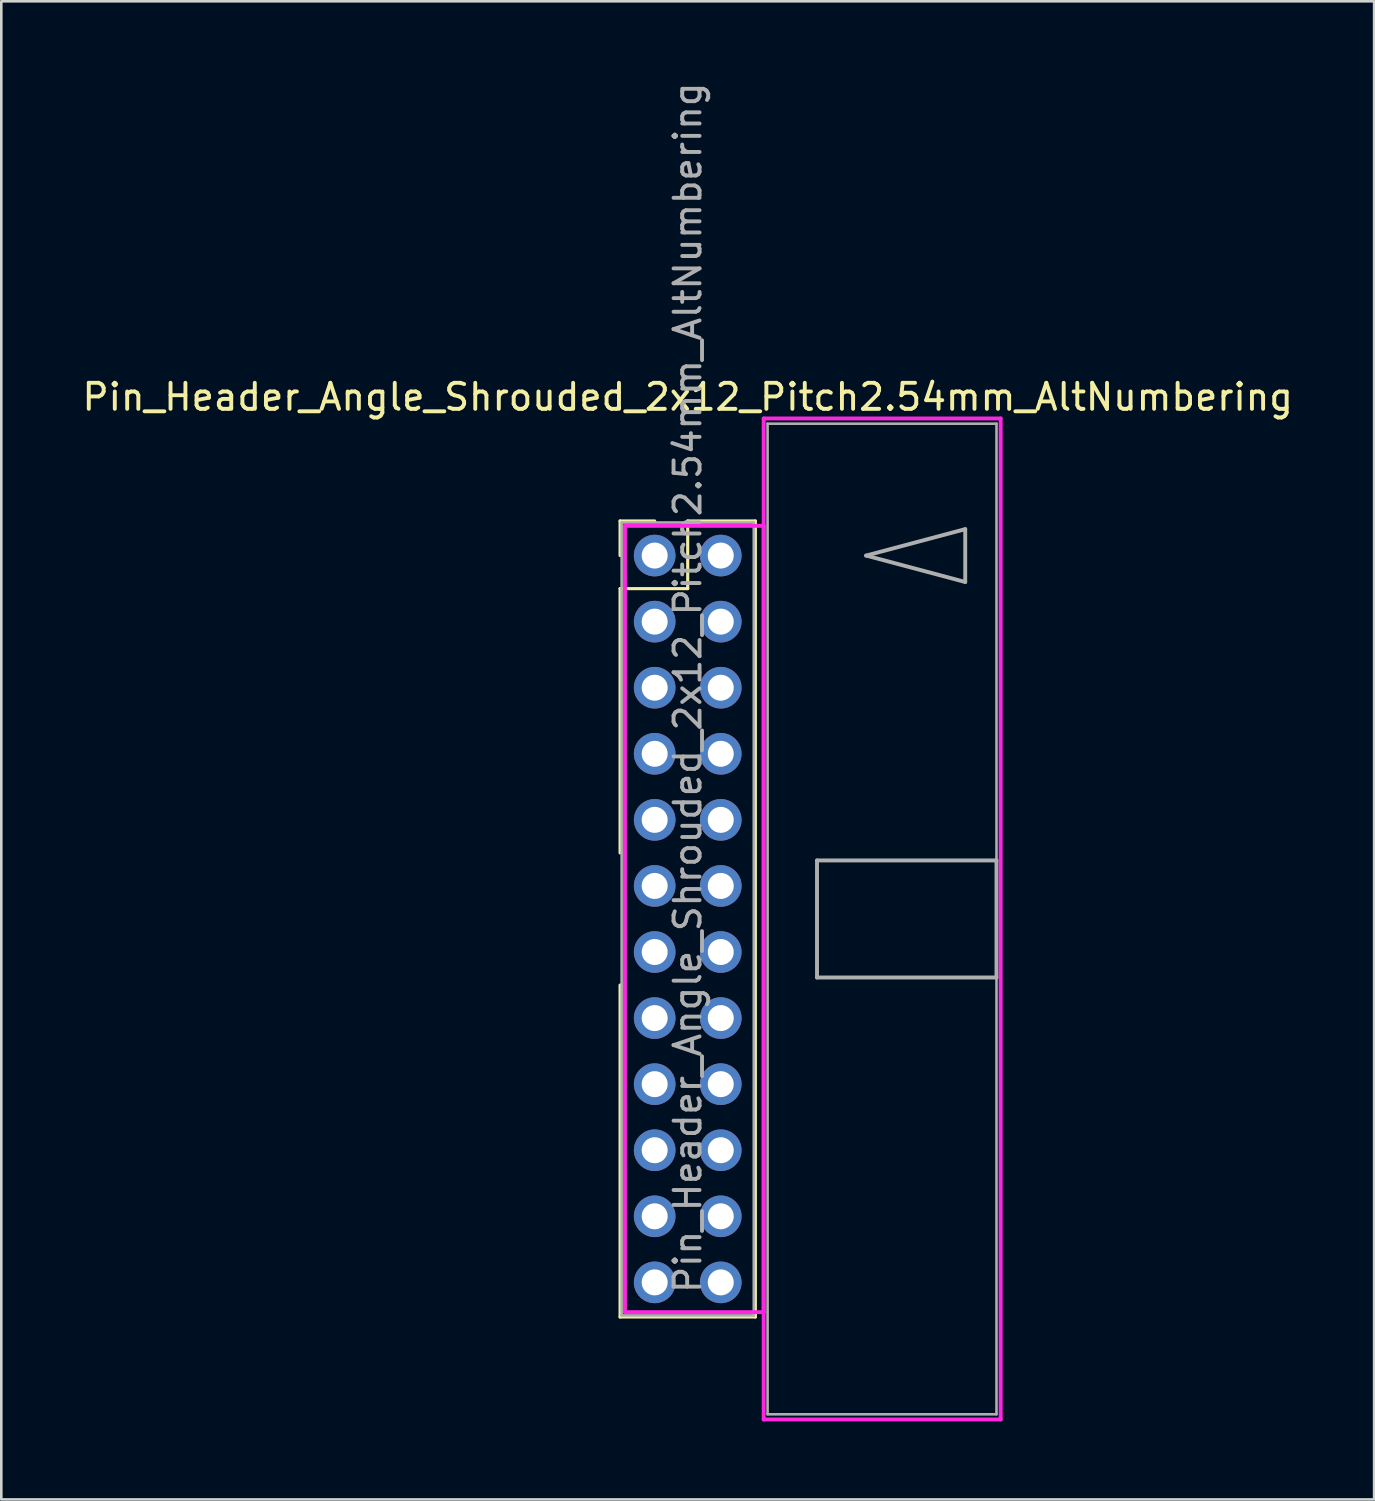
<source format=kicad_pcb>
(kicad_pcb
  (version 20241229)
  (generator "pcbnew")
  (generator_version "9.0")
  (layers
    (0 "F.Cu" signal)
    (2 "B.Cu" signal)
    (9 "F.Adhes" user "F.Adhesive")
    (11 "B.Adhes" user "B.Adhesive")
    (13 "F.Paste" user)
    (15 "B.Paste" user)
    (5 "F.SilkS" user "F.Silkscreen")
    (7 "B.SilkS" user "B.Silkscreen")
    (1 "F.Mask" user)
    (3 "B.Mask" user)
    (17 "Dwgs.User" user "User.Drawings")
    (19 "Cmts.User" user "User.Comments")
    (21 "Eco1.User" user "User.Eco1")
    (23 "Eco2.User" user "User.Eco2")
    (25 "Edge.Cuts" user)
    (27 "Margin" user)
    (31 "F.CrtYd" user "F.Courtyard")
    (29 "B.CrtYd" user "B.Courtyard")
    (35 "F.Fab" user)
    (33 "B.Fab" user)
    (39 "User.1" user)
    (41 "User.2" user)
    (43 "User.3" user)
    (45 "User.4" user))
  (footprint "Pin_Header_Angle_Shrouded_2x12_Pitch2.54mm_AltNumbering"
    (layer "F.Cu")
    (at 22.117 18.307)
    (property "Reference" "Pin_Header_Angle_Shrouded_2x12_Pitch2.54mm_AltNumbering" (at 1.27 -6.096 0) (layer "F.SilkS") (effects (font (size 1 1) (thickness 0.15))))
    (attr through_hole)
    (fp_line (start -1.33 -1.33) (end 0 -1.33) (stroke (width 0.12) (type solid)) (layer "F.SilkS"))
    (fp_line (start -1.33 0) (end -1.33 -1.33) (stroke (width 0.12) (type solid)) (layer "F.SilkS"))
    (fp_line (start -1.33 1.27) (end -1.33 11.43) (stroke (width 0.12) (type solid)) (layer "F.SilkS"))
    (fp_line (start -1.33 1.27) (end 1.27 1.27) (stroke (width 0.12) (type solid)) (layer "F.SilkS"))
    (fp_line (start -1.33 16.51) (end -1.33 29.27) (stroke (width 0.12) (type solid)) (layer "F.SilkS"))
    (fp_line (start -1.33 29.27) (end 3.87 29.27) (stroke (width 0.12) (type solid)) (layer "F.SilkS"))
    (fp_line (start 1.27 -1.33) (end 3.87 -1.33) (stroke (width 0.12) (type solid)) (layer "F.SilkS"))
    (fp_line (start 1.27 1.27) (end 1.27 -1.33) (stroke (width 0.12) (type solid)) (layer "F.SilkS"))
    (fp_line (start 3.87 -1.33) (end 3.87 29.27) (stroke (width 0.12) (type solid)) (layer "F.SilkS"))
    (fp_line (start -1.143 -1.143) (end -1.143 29.083) (stroke (width 0.15) (type solid)) (layer "F.CrtYd"))
    (fp_line (start -1.143 29.083) (end 4.19 29.083) (stroke (width 0.15) (type solid)) (layer "F.CrtYd"))
    (fp_line (start 4.19 -5.27) (end 4.19 33.21) (stroke (width 0.15) (type solid)) (layer "F.CrtYd"))
    (fp_line (start 4.19 -1.143) (end -1.143 -1.143) (stroke (width 0.15) (type solid)) (layer "F.CrtYd"))
    (fp_line (start 4.19 29.083) (end 4.19 -1.143) (stroke (width 0.15) (type solid)) (layer "F.CrtYd"))
    (fp_line (start 4.19 33.21) (end 13.3 33.21) (stroke (width 0.15) (type solid)) (layer "F.CrtYd"))
    (fp_line (start 13.3 -5.27) (end 4.19 -5.27) (stroke (width 0.15) (type solid)) (layer "F.CrtYd"))
    (fp_line (start 13.3 33.21) (end 13.3 -5.27) (stroke (width 0.15) (type solid)) (layer "F.CrtYd"))
    (fp_line (start -1.27 -1.27) (end -1.27 29.21) (stroke (width 0.1) (type solid)) (layer "F.Fab"))
    (fp_line (start -1.27 29.21) (end 3.81 29.21) (stroke (width 0.1) (type solid)) (layer "F.Fab"))
    (fp_line (start 3.81 -1.27) (end -1.27 -1.27) (stroke (width 0.1) (type solid)) (layer "F.Fab"))
    (fp_line (start 3.81 29.21) (end 3.81 -1.27) (stroke (width 0.1) (type solid)) (layer "F.Fab"))
    (fp_line (start 4.34 -5.07) (end 4.34 33.01) (stroke (width 0.1) (type solid)) (layer "F.Fab"))
    (fp_line (start 4.34 33.01) (end 13.14 33.01) (stroke (width 0.1) (type solid)) (layer "F.Fab"))
    (fp_line (start 6.24 11.72) (end 6.24 16.22) (stroke (width 0.15) (type solid)) (layer "F.Fab"))
    (fp_line (start 6.24 16.22) (end 13.14 16.22) (stroke (width 0.15) (type solid)) (layer "F.Fab"))
    (fp_line (start 8.128 0) (end 11.938 -1.016) (stroke (width 0.15) (type solid)) (layer "F.Fab"))
    (fp_line (start 11.938 -1.016) (end 11.938 1.016) (stroke (width 0.15) (type solid)) (layer "F.Fab"))
    (fp_line (start 11.938 1.016) (end 8.128 0) (stroke (width 0.15) (type solid)) (layer "F.Fab"))
    (fp_line (start 13.14 -5.07) (end 4.34 -5.07) (stroke (width 0.1) (type solid)) (layer "F.Fab"))
    (fp_line (start 13.14 11.72) (end 6.24 11.72) (stroke (width 0.15) (type solid)) (layer "F.Fab"))
    (fp_line (start 13.14 16.22) (end 13.14 11.72) (stroke (width 0.15) (type solid)) (layer "F.Fab"))
    (fp_line (start 13.14 33.01) (end 13.14 -5.07) (stroke (width 0.1) (type solid)) (layer "F.Fab"))
    (fp_text user "${REFERENCE}" (at 1.27 5.08 90) (layer "F.Fab") (effects (font (size 1 1) (thickness 0.15))))
    (pad "1" thru_hole oval (at 0 0) (size 1.6 1.6) (drill 1) (layers "*.Cu" "*.Mask"))
    (pad "2" thru_hole oval (at 0 2.54) (size 1.6 1.6) (drill 1) (layers "*.Cu" "*.Mask"))
    (pad "3" thru_hole oval (at 0 5.08) (size 1.6 1.6) (drill 1) (layers "*.Cu" "*.Mask"))
    (pad "4" thru_hole oval (at 0 7.62) (size 1.6 1.6) (drill 1) (layers "*.Cu" "*.Mask"))
    (pad "5" thru_hole oval (at 0 10.16) (size 1.6 1.6) (drill 1) (layers "*.Cu" "*.Mask"))
    (pad "6" thru_hole oval (at 0 12.7) (size 1.6 1.6) (drill 1) (layers "*.Cu" "*.Mask"))
    (pad "7" thru_hole oval (at 0 15.24) (size 1.6 1.6) (drill 1) (layers "*.Cu" "*.Mask"))
    (pad "8" thru_hole oval (at 0 17.78) (size 1.6 1.6) (drill 1) (layers "*.Cu" "*.Mask"))
    (pad "9" thru_hole oval (at 0 20.32) (size 1.6 1.6) (drill 1) (layers "*.Cu" "*.Mask"))
    (pad "10" thru_hole oval (at 0 22.86) (size 1.6 1.6) (drill 1) (layers "*.Cu" "*.Mask"))
    (pad "11" thru_hole oval (at 0 25.4) (size 1.6 1.6) (drill 1) (layers "*.Cu" "*.Mask"))
    (pad "12" thru_hole oval (at 0 27.94) (size 1.6 1.6) (drill 1) (layers "*.Cu" "*.Mask"))
    (pad "13" thru_hole oval (at 2.54 0) (size 1.6 1.6) (drill 1) (layers "*.Cu" "*.Mask"))
    (pad "14" thru_hole oval (at 2.54 2.54) (size 1.6 1.6) (drill 1) (layers "*.Cu" "*.Mask"))
    (pad "15" thru_hole oval (at 2.54 5.08) (size 1.6 1.6) (drill 1) (layers "*.Cu" "*.Mask"))
    (pad "16" thru_hole oval (at 2.54 7.62) (size 1.6 1.6) (drill 1) (layers "*.Cu" "*.Mask"))
    (pad "17" thru_hole oval (at 2.54 10.16) (size 1.6 1.6) (drill 1) (layers "*.Cu" "*.Mask"))
    (pad "18" thru_hole oval (at 2.54 12.7) (size 1.6 1.6) (drill 1) (layers "*.Cu" "*.Mask"))
    (pad "19" thru_hole oval (at 2.54 15.24) (size 1.6 1.6) (drill 1) (layers "*.Cu" "*.Mask"))
    (pad "20" thru_hole oval (at 2.54 17.78) (size 1.6 1.6) (drill 1) (layers "*.Cu" "*.Mask"))
    (pad "21" thru_hole oval (at 2.54 20.32) (size 1.6 1.6) (drill 1) (layers "*.Cu" "*.Mask"))
    (pad "22" thru_hole oval (at 2.54 22.86) (size 1.6 1.6) (drill 1) (layers "*.Cu" "*.Mask"))
    (pad "23" thru_hole oval (at 2.54 25.4) (size 1.6 1.6) (drill 1) (layers "*.Cu" "*.Mask"))
    (pad "24" thru_hole oval (at 2.54 27.94) (size 1.6 1.6) (drill 1) (layers "*.Cu" "*.Mask")))
  (gr_rect
    (start -3 -3)
    (end 49.774 54.592)
    (stroke (width 0.1) (type default))
    (fill no)
    (layer "Edge.Cuts")))
</source>
